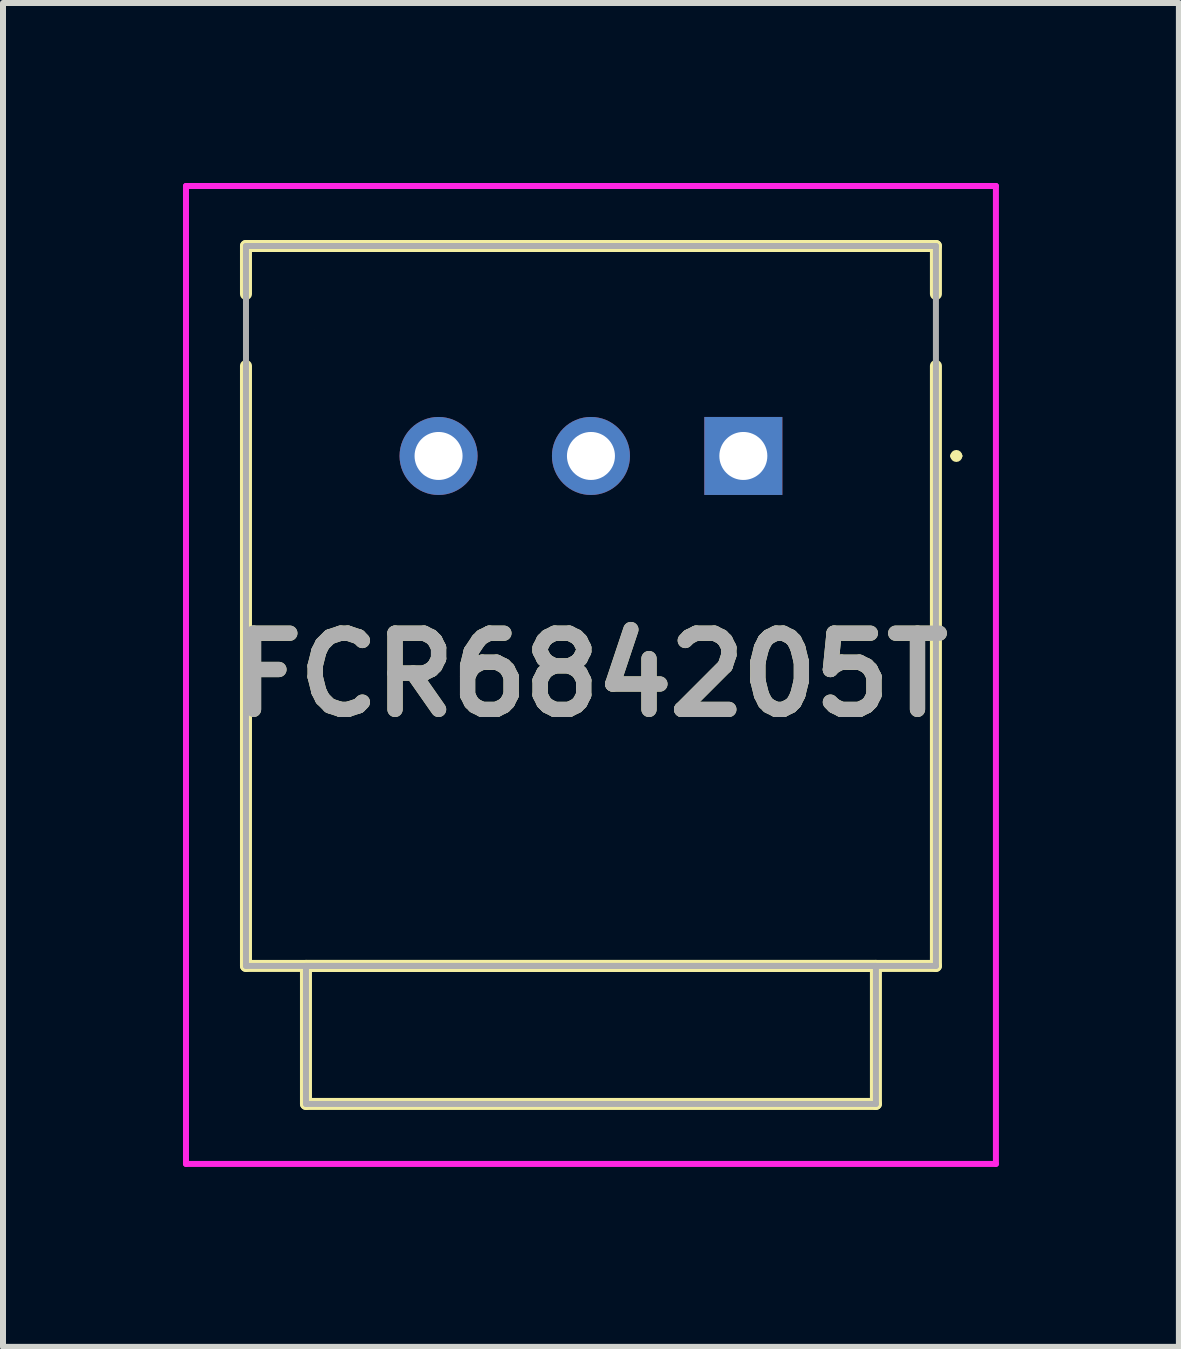
<source format=kicad_pcb>
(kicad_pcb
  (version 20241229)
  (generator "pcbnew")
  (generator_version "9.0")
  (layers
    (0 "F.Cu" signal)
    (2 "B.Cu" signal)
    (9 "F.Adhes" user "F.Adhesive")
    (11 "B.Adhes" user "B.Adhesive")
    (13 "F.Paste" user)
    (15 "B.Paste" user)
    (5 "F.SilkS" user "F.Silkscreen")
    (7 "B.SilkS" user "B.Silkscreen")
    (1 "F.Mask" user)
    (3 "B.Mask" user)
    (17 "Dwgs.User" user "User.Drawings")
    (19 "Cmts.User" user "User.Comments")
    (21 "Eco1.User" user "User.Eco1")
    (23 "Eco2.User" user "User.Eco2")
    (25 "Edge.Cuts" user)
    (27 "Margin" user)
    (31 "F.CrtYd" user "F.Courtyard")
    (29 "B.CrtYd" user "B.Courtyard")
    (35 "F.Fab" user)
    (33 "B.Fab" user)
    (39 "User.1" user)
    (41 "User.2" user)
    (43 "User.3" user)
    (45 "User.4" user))
  (footprint "FCR684205T"
    (layer "F.Cu")
    (at 9.34 4.55)
    (property "Reference" "FCR684205T" (at -2.54 3.65 0) (layer "F.SilkS") (effects (font (size 1.27 1.27) (thickness 0.254))))
    (attr through_hole)
    (fp_line (start -8.29 -3.5) (end 3.21 -3.5) (stroke (width 0.2) (type solid)) (layer "F.SilkS"))
    (fp_line (start -8.29 -2.7) (end -8.29 -3.5) (stroke (width 0.2) (type solid)) (layer "F.SilkS"))
    (fp_line (start -8.29 -1.5) (end -8.29 8.5) (stroke (width 0.2) (type solid)) (layer "F.SilkS"))
    (fp_line (start -8.29 8.5) (end 3.21 8.5) (stroke (width 0.2) (type solid)) (layer "F.SilkS"))
    (fp_line (start -7.29 8.5) (end 2.21 8.5) (stroke (width 0.2) (type solid)) (layer "F.SilkS"))
    (fp_line (start -7.29 10.8) (end -7.29 8.5) (stroke (width 0.2) (type solid)) (layer "F.SilkS"))
    (fp_line (start 2.21 8.5) (end 2.21 10.8) (stroke (width 0.2) (type solid)) (layer "F.SilkS"))
    (fp_line (start 2.21 10.8) (end -7.29 10.8) (stroke (width 0.2) (type solid)) (layer "F.SilkS"))
    (fp_line (start 3.21 -3.5) (end 3.21 -2.7) (stroke (width 0.2) (type solid)) (layer "F.SilkS"))
    (fp_line (start 3.21 8.5) (end 3.21 -1.5) (stroke (width 0.2) (type solid)) (layer "F.SilkS"))
    (fp_line (start 3.5 0) (end 3.5 0) (stroke (width 0.1) (type solid)) (layer "F.SilkS"))
    (fp_line (start 3.6 0) (end 3.6 0) (stroke (width 0.1) (type solid)) (layer "F.SilkS"))
    (fp_arc (start 3.5 0) (mid 3.55 -0.05) (end 3.6 0) (stroke (width 0.1) (type solid)) (layer "F.SilkS"))
    (fp_arc (start 3.6 0) (mid 3.55 0.05) (end 3.5 0) (stroke (width 0.1) (type solid)) (layer "F.SilkS"))
    (fp_line (start -9.29 -4.5) (end 4.21 -4.5) (stroke (width 0.1) (type solid)) (layer "F.CrtYd"))
    (fp_line (start -9.29 11.8) (end -9.29 -4.5) (stroke (width 0.1) (type solid)) (layer "F.CrtYd"))
    (fp_line (start 4.21 -4.5) (end 4.21 11.8) (stroke (width 0.1) (type solid)) (layer "F.CrtYd"))
    (fp_line (start 4.21 11.8) (end -9.29 11.8) (stroke (width 0.1) (type solid)) (layer "F.CrtYd"))
    (fp_line (start -8.29 -3.5) (end -8.29 8.5) (stroke (width 0.1) (type solid)) (layer "F.Fab"))
    (fp_line (start -8.29 8.5) (end 3.21 8.5) (stroke (width 0.1) (type solid)) (layer "F.Fab"))
    (fp_line (start -7.29 8.5) (end 2.21 8.5) (stroke (width 0.1) (type solid)) (layer "F.Fab"))
    (fp_line (start -7.29 10.8) (end -7.29 8.5) (stroke (width 0.1) (type solid)) (layer "F.Fab"))
    (fp_line (start 2.21 8.5) (end 2.21 10.8) (stroke (width 0.1) (type solid)) (layer "F.Fab"))
    (fp_line (start 2.21 10.8) (end -7.29 10.8) (stroke (width 0.1) (type solid)) (layer "F.Fab"))
    (fp_line (start 3.21 -3.5) (end -8.29 -3.5) (stroke (width 0.1) (type solid)) (layer "F.Fab"))
    (fp_line (start 3.21 8.5) (end 3.21 -3.5) (stroke (width 0.1) (type solid)) (layer "F.Fab"))
    (fp_text user "${REFERENCE}" (at -2.54 3.65 0) (layer "F.Fab") (effects (font (size 1.27 1.27) (thickness 0.254))))
    (pad "" np_thru_hole circle (at -7.14 -2.1) (size 0.001 0.001) (drill 2) (layers "*.Cu" "*.Mask"))
    (pad "" np_thru_hole circle (at -2.54 3.9) (size 0.001 0.001) (drill 2) (layers "*.Cu" "*.Mask"))
    (pad "" np_thru_hole circle (at 2.06 -2.1) (size 0.001 0.001) (drill 2) (layers "*.Cu" "*.Mask"))
    (pad "1" thru_hole rect (at 0 0) (size 1.3 1.3) (drill 0.8) (layers "*.Cu" "*.Mask"))
    (pad "2" thru_hole circle (at -2.54 0) (size 1.3 1.3) (drill 0.8) (layers "*.Cu" "*.Mask"))
    (pad "3" thru_hole circle (at -5.08 0) (size 1.3 1.3) (drill 0.8) (layers "*.Cu" "*.Mask")))
  (gr_rect
    (start -3 -3)
    (end 16.6 19.4)
    (stroke (width 0.1) (type default))
    (fill no)
    (layer "Edge.Cuts")))
</source>
